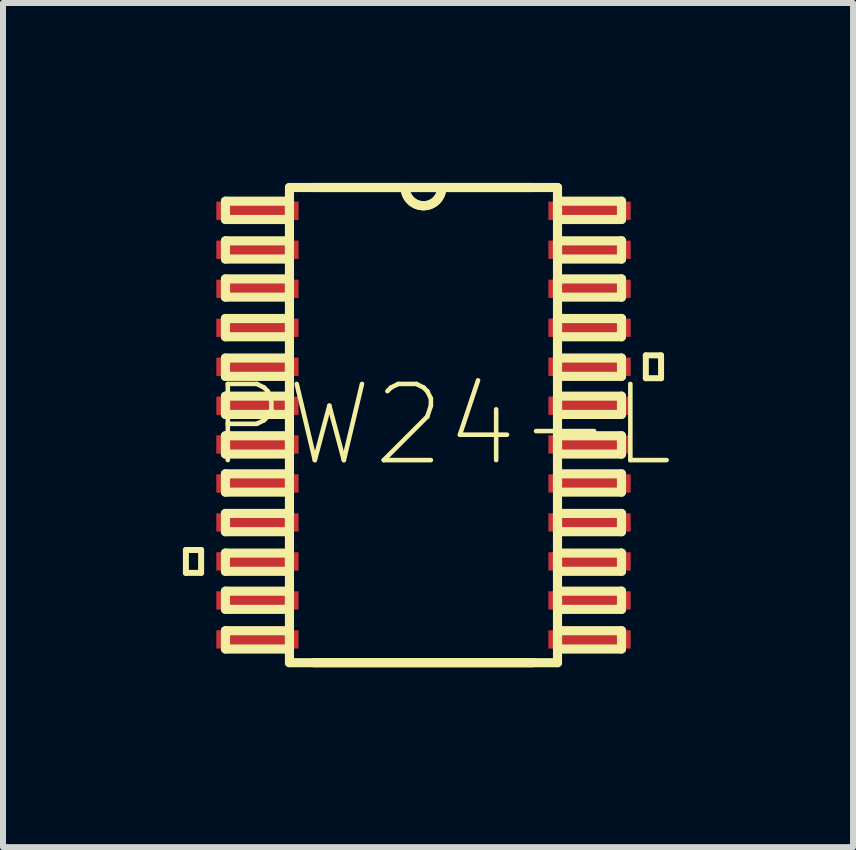
<source format=kicad_pcb>
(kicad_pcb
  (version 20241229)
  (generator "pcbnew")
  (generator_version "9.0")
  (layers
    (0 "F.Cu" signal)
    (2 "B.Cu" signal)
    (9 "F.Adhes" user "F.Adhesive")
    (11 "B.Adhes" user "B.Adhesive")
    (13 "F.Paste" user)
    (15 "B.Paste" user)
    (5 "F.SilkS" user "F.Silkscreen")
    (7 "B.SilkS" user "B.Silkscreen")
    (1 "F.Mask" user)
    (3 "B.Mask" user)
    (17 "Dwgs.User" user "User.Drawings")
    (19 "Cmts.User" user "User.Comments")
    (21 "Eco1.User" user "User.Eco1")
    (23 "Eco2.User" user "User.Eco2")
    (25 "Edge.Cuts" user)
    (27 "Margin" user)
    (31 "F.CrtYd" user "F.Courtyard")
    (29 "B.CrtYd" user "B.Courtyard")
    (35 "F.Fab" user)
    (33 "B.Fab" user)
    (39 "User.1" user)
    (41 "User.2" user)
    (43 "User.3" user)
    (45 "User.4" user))
  (footprint "PW24-L"
    (layer "F.Cu")
    (at 4.012 4.039)
    (property "Reference" "PW24-L" (at 0.305 0 0) (layer "F.SilkS") (effects (font (size 1.27 1.27) (thickness 0.076))))
    (attr smd)
    (fp_line (start -3.962 2.083) (end -3.962 2.464) (stroke (width 0.1) (type solid)) (layer "F.SilkS"))
    (fp_line (start -3.962 2.464) (end -3.708 2.464) (stroke (width 0.1) (type solid)) (layer "F.SilkS"))
    (fp_line (start -3.708 2.083) (end -3.962 2.083) (stroke (width 0.1) (type solid)) (layer "F.SilkS"))
    (fp_line (start -3.708 2.464) (end -3.708 2.083) (stroke (width 0.1) (type solid)) (layer "F.SilkS"))
    (fp_line (start -3.302 -3.734) (end -3.302 -3.429) (stroke (width 0.152) (type solid)) (layer "F.SilkS"))
    (fp_line (start -3.302 -3.429) (end -2.235 -3.429) (stroke (width 0.152) (type solid)) (layer "F.SilkS"))
    (fp_line (start -3.302 -3.073) (end -3.302 -2.769) (stroke (width 0.152) (type solid)) (layer "F.SilkS"))
    (fp_line (start -3.302 -2.769) (end -2.235 -2.769) (stroke (width 0.152) (type solid)) (layer "F.SilkS"))
    (fp_line (start -3.302 -2.438) (end -3.302 -2.134) (stroke (width 0.152) (type solid)) (layer "F.SilkS"))
    (fp_line (start -3.302 -2.134) (end -2.235 -2.134) (stroke (width 0.152) (type solid)) (layer "F.SilkS"))
    (fp_line (start -3.302 -1.778) (end -3.302 -1.473) (stroke (width 0.152) (type solid)) (layer "F.SilkS"))
    (fp_line (start -3.302 -1.473) (end -2.235 -1.473) (stroke (width 0.152) (type solid)) (layer "F.SilkS"))
    (fp_line (start -3.302 -1.118) (end -3.302 -0.813) (stroke (width 0.152) (type solid)) (layer "F.SilkS"))
    (fp_line (start -3.302 -0.813) (end -2.235 -0.813) (stroke (width 0.152) (type solid)) (layer "F.SilkS"))
    (fp_line (start -3.302 -0.483) (end -3.302 -0.178) (stroke (width 0.152) (type solid)) (layer "F.SilkS"))
    (fp_line (start -3.302 -0.178) (end -2.235 -0.178) (stroke (width 0.152) (type solid)) (layer "F.SilkS"))
    (fp_line (start -3.302 0.178) (end -3.302 0.483) (stroke (width 0.152) (type solid)) (layer "F.SilkS"))
    (fp_line (start -3.302 0.483) (end -2.235 0.483) (stroke (width 0.152) (type solid)) (layer "F.SilkS"))
    (fp_line (start -3.302 0.813) (end -3.302 1.118) (stroke (width 0.152) (type solid)) (layer "F.SilkS"))
    (fp_line (start -3.302 1.118) (end -2.235 1.118) (stroke (width 0.152) (type solid)) (layer "F.SilkS"))
    (fp_line (start -3.302 1.473) (end -3.302 1.778) (stroke (width 0.152) (type solid)) (layer "F.SilkS"))
    (fp_line (start -3.302 1.778) (end -2.235 1.778) (stroke (width 0.152) (type solid)) (layer "F.SilkS"))
    (fp_line (start -3.302 2.134) (end -3.302 2.438) (stroke (width 0.152) (type solid)) (layer "F.SilkS"))
    (fp_line (start -3.302 2.438) (end -2.235 2.438) (stroke (width 0.152) (type solid)) (layer "F.SilkS"))
    (fp_line (start -3.302 2.769) (end -3.302 3.073) (stroke (width 0.152) (type solid)) (layer "F.SilkS"))
    (fp_line (start -3.302 3.073) (end -2.235 3.073) (stroke (width 0.152) (type solid)) (layer "F.SilkS"))
    (fp_line (start -3.302 3.429) (end -3.302 3.734) (stroke (width 0.152) (type solid)) (layer "F.SilkS"))
    (fp_line (start -3.302 3.734) (end -2.235 3.734) (stroke (width 0.152) (type solid)) (layer "F.SilkS"))
    (fp_line (start -2.235 -3.962) (end -2.235 3.962) (stroke (width 0.152) (type solid)) (layer "F.SilkS"))
    (fp_line (start -2.235 -3.734) (end -3.302 -3.734) (stroke (width 0.152) (type solid)) (layer "F.SilkS"))
    (fp_line (start -2.235 -3.429) (end -2.235 -3.734) (stroke (width 0.152) (type solid)) (layer "F.SilkS"))
    (fp_line (start -2.235 -3.073) (end -3.302 -3.073) (stroke (width 0.152) (type solid)) (layer "F.SilkS"))
    (fp_line (start -2.235 -2.769) (end -2.235 -3.073) (stroke (width 0.152) (type solid)) (layer "F.SilkS"))
    (fp_line (start -2.235 -2.438) (end -3.302 -2.438) (stroke (width 0.152) (type solid)) (layer "F.SilkS"))
    (fp_line (start -2.235 -2.134) (end -2.235 -2.438) (stroke (width 0.152) (type solid)) (layer "F.SilkS"))
    (fp_line (start -2.235 -1.778) (end -3.302 -1.778) (stroke (width 0.152) (type solid)) (layer "F.SilkS"))
    (fp_line (start -2.235 -1.473) (end -2.235 -1.778) (stroke (width 0.152) (type solid)) (layer "F.SilkS"))
    (fp_line (start -2.235 -1.118) (end -3.302 -1.118) (stroke (width 0.152) (type solid)) (layer "F.SilkS"))
    (fp_line (start -2.235 -0.813) (end -2.235 -1.118) (stroke (width 0.152) (type solid)) (layer "F.SilkS"))
    (fp_line (start -2.235 -0.483) (end -3.302 -0.483) (stroke (width 0.152) (type solid)) (layer "F.SilkS"))
    (fp_line (start -2.235 -0.178) (end -2.235 -0.483) (stroke (width 0.152) (type solid)) (layer "F.SilkS"))
    (fp_line (start -2.235 0.178) (end -3.302 0.178) (stroke (width 0.152) (type solid)) (layer "F.SilkS"))
    (fp_line (start -2.235 0.483) (end -2.235 0.178) (stroke (width 0.152) (type solid)) (layer "F.SilkS"))
    (fp_line (start -2.235 0.813) (end -3.302 0.813) (stroke (width 0.152) (type solid)) (layer "F.SilkS"))
    (fp_line (start -2.235 1.118) (end -2.235 0.813) (stroke (width 0.152) (type solid)) (layer "F.SilkS"))
    (fp_line (start -2.235 1.473) (end -3.302 1.473) (stroke (width 0.152) (type solid)) (layer "F.SilkS"))
    (fp_line (start -2.235 1.778) (end -2.235 1.473) (stroke (width 0.152) (type solid)) (layer "F.SilkS"))
    (fp_line (start -2.235 2.134) (end -3.302 2.134) (stroke (width 0.152) (type solid)) (layer "F.SilkS"))
    (fp_line (start -2.235 2.438) (end -2.235 2.134) (stroke (width 0.152) (type solid)) (layer "F.SilkS"))
    (fp_line (start -2.235 2.769) (end -3.302 2.769) (stroke (width 0.152) (type solid)) (layer "F.SilkS"))
    (fp_line (start -2.235 3.073) (end -2.235 2.769) (stroke (width 0.152) (type solid)) (layer "F.SilkS"))
    (fp_line (start -2.235 3.429) (end -3.302 3.429) (stroke (width 0.152) (type solid)) (layer "F.SilkS"))
    (fp_line (start -2.235 3.734) (end -2.235 3.429) (stroke (width 0.152) (type solid)) (layer "F.SilkS"))
    (fp_line (start -2.235 3.962) (end 2.235 3.962) (stroke (width 0.152) (type solid)) (layer "F.SilkS"))
    (fp_line (start -1.829 3.962) (end 1.829 3.962) (stroke (width 0.152) (type solid)) (layer "F.SilkS"))
    (fp_line (start -0.305 -3.962) (end -2.235 -3.962) (stroke (width 0.152) (type solid)) (layer "F.SilkS"))
    (fp_line (start -0.305 -3.962) (end -1.829 -3.962) (stroke (width 0.152) (type solid)) (layer "F.SilkS"))
    (fp_line (start 0.305 -3.962) (end -0.305 -3.962) (stroke (width 0.152) (type solid)) (layer "F.SilkS"))
    (fp_line (start 0.305 -3.962) (end -0.305 -3.962) (stroke (width 0.152) (type solid)) (layer "F.SilkS"))
    (fp_line (start 1.829 -3.962) (end 0.305 -3.962) (stroke (width 0.152) (type solid)) (layer "F.SilkS"))
    (fp_line (start 2.235 -3.962) (end 0.305 -3.962) (stroke (width 0.152) (type solid)) (layer "F.SilkS"))
    (fp_line (start 2.235 -3.734) (end 2.235 -3.429) (stroke (width 0.152) (type solid)) (layer "F.SilkS"))
    (fp_line (start 2.235 -3.429) (end 3.302 -3.429) (stroke (width 0.152) (type solid)) (layer "F.SilkS"))
    (fp_line (start 2.235 -3.073) (end 2.235 -2.769) (stroke (width 0.152) (type solid)) (layer "F.SilkS"))
    (fp_line (start 2.235 -2.769) (end 3.302 -2.769) (stroke (width 0.152) (type solid)) (layer "F.SilkS"))
    (fp_line (start 2.235 -2.438) (end 2.235 -2.134) (stroke (width 0.152) (type solid)) (layer "F.SilkS"))
    (fp_line (start 2.235 -2.134) (end 3.302 -2.134) (stroke (width 0.152) (type solid)) (layer "F.SilkS"))
    (fp_line (start 2.235 -1.778) (end 2.235 -1.473) (stroke (width 0.152) (type solid)) (layer "F.SilkS"))
    (fp_line (start 2.235 -1.473) (end 3.302 -1.473) (stroke (width 0.152) (type solid)) (layer "F.SilkS"))
    (fp_line (start 2.235 -1.118) (end 2.235 -0.813) (stroke (width 0.152) (type solid)) (layer "F.SilkS"))
    (fp_line (start 2.235 -0.813) (end 3.302 -0.813) (stroke (width 0.152) (type solid)) (layer "F.SilkS"))
    (fp_line (start 2.235 -0.483) (end 2.235 -0.178) (stroke (width 0.152) (type solid)) (layer "F.SilkS"))
    (fp_line (start 2.235 -0.178) (end 3.302 -0.178) (stroke (width 0.152) (type solid)) (layer "F.SilkS"))
    (fp_line (start 2.235 0.178) (end 2.235 0.483) (stroke (width 0.152) (type solid)) (layer "F.SilkS"))
    (fp_line (start 2.235 0.483) (end 3.302 0.483) (stroke (width 0.152) (type solid)) (layer "F.SilkS"))
    (fp_line (start 2.235 0.813) (end 2.235 1.118) (stroke (width 0.152) (type solid)) (layer "F.SilkS"))
    (fp_line (start 2.235 1.118) (end 3.302 1.118) (stroke (width 0.152) (type solid)) (layer "F.SilkS"))
    (fp_line (start 2.235 1.473) (end 2.235 1.778) (stroke (width 0.152) (type solid)) (layer "F.SilkS"))
    (fp_line (start 2.235 1.778) (end 3.302 1.778) (stroke (width 0.152) (type solid)) (layer "F.SilkS"))
    (fp_line (start 2.235 2.134) (end 2.235 2.438) (stroke (width 0.152) (type solid)) (layer "F.SilkS"))
    (fp_line (start 2.235 2.438) (end 3.302 2.438) (stroke (width 0.152) (type solid)) (layer "F.SilkS"))
    (fp_line (start 2.235 2.769) (end 2.235 3.073) (stroke (width 0.152) (type solid)) (layer "F.SilkS"))
    (fp_line (start 2.235 3.073) (end 3.302 3.073) (stroke (width 0.152) (type solid)) (layer "F.SilkS"))
    (fp_line (start 2.235 3.429) (end 2.235 3.734) (stroke (width 0.152) (type solid)) (layer "F.SilkS"))
    (fp_line (start 2.235 3.734) (end 3.302 3.734) (stroke (width 0.152) (type solid)) (layer "F.SilkS"))
    (fp_line (start 2.235 3.962) (end 2.235 -3.962) (stroke (width 0.152) (type solid)) (layer "F.SilkS"))
    (fp_line (start 3.302 -3.734) (end 2.235 -3.734) (stroke (width 0.152) (type solid)) (layer "F.SilkS"))
    (fp_line (start 3.302 -3.429) (end 3.302 -3.734) (stroke (width 0.152) (type solid)) (layer "F.SilkS"))
    (fp_line (start 3.302 -3.073) (end 2.235 -3.073) (stroke (width 0.152) (type solid)) (layer "F.SilkS"))
    (fp_line (start 3.302 -2.769) (end 3.302 -3.073) (stroke (width 0.152) (type solid)) (layer "F.SilkS"))
    (fp_line (start 3.302 -2.438) (end 2.235 -2.438) (stroke (width 0.152) (type solid)) (layer "F.SilkS"))
    (fp_line (start 3.302 -2.134) (end 3.302 -2.438) (stroke (width 0.152) (type solid)) (layer "F.SilkS"))
    (fp_line (start 3.302 -1.778) (end 2.235 -1.778) (stroke (width 0.152) (type solid)) (layer "F.SilkS"))
    (fp_line (start 3.302 -1.473) (end 3.302 -1.778) (stroke (width 0.152) (type solid)) (layer "F.SilkS"))
    (fp_line (start 3.302 -1.118) (end 2.235 -1.118) (stroke (width 0.152) (type solid)) (layer "F.SilkS"))
    (fp_line (start 3.302 -0.813) (end 3.302 -1.118) (stroke (width 0.152) (type solid)) (layer "F.SilkS"))
    (fp_line (start 3.302 -0.483) (end 2.235 -0.483) (stroke (width 0.152) (type solid)) (layer "F.SilkS"))
    (fp_line (start 3.302 -0.178) (end 3.302 -0.483) (stroke (width 0.152) (type solid)) (layer "F.SilkS"))
    (fp_line (start 3.302 0.178) (end 2.235 0.178) (stroke (width 0.152) (type solid)) (layer "F.SilkS"))
    (fp_line (start 3.302 0.483) (end 3.302 0.178) (stroke (width 0.152) (type solid)) (layer "F.SilkS"))
    (fp_line (start 3.302 0.813) (end 2.235 0.813) (stroke (width 0.152) (type solid)) (layer "F.SilkS"))
    (fp_line (start 3.302 1.118) (end 3.302 0.813) (stroke (width 0.152) (type solid)) (layer "F.SilkS"))
    (fp_line (start 3.302 1.473) (end 2.235 1.473) (stroke (width 0.152) (type solid)) (layer "F.SilkS"))
    (fp_line (start 3.302 1.778) (end 3.302 1.473) (stroke (width 0.152) (type solid)) (layer "F.SilkS"))
    (fp_line (start 3.302 2.134) (end 2.235 2.134) (stroke (width 0.152) (type solid)) (layer "F.SilkS"))
    (fp_line (start 3.302 2.438) (end 3.302 2.134) (stroke (width 0.152) (type solid)) (layer "F.SilkS"))
    (fp_line (start 3.302 2.769) (end 2.235 2.769) (stroke (width 0.152) (type solid)) (layer "F.SilkS"))
    (fp_line (start 3.302 3.073) (end 3.302 2.769) (stroke (width 0.152) (type solid)) (layer "F.SilkS"))
    (fp_line (start 3.302 3.429) (end 2.235 3.429) (stroke (width 0.152) (type solid)) (layer "F.SilkS"))
    (fp_line (start 3.302 3.734) (end 3.302 3.429) (stroke (width 0.152) (type solid)) (layer "F.SilkS"))
    (fp_line (start 3.708 -1.163) (end 3.962 -1.163) (stroke (width 0.1) (type solid)) (layer "F.SilkS"))
    (fp_line (start 3.708 -0.782) (end 3.708 -1.163) (stroke (width 0.1) (type solid)) (layer "F.SilkS"))
    (fp_line (start 3.962 -1.163) (end 3.962 -0.782) (stroke (width 0.1) (type solid)) (layer "F.SilkS"))
    (fp_line (start 3.962 -0.782) (end 3.708 -0.782) (stroke (width 0.1) (type solid)) (layer "F.SilkS"))
    (fp_arc (start 0.3048 -3.9624) (mid 0 -3.6576) (end -0.3048 -3.9624) (stroke (width 0.1524) (type solid)) (layer "F.SilkS"))
    (fp_arc (start 0.3048 -3.9624) (mid 0 -3.6576) (end -0.3048 -3.9624) (stroke (width 0.1524) (type solid)) (layer "F.SilkS"))
    (pad "1" smd rect (at -2.769 -3.574) (size 1.372 0.305) (layers "F.Cu" "F.Mask" "F.Paste"))
    (pad "2" smd rect (at -2.769 -2.924) (size 1.372 0.305) (layers "F.Cu" "F.Mask" "F.Paste"))
    (pad "3" smd rect (at -2.769 -2.273) (size 1.372 0.305) (layers "F.Cu" "F.Mask" "F.Paste"))
    (pad "4" smd rect (at -2.769 -1.623) (size 1.372 0.305) (layers "F.Cu" "F.Mask" "F.Paste"))
    (pad "5" smd rect (at -2.769 -0.973) (size 1.372 0.305) (layers "F.Cu" "F.Mask" "F.Paste"))
    (pad "6" smd rect (at -2.769 -0.323) (size 1.372 0.305) (layers "F.Cu" "F.Mask" "F.Paste"))
    (pad "7" smd rect (at -2.769 0.323) (size 1.372 0.305) (layers "F.Cu" "F.Mask" "F.Paste"))
    (pad "8" smd rect (at -2.769 0.973) (size 1.372 0.305) (layers "F.Cu" "F.Mask" "F.Paste"))
    (pad "9" smd rect (at -2.769 1.623) (size 1.372 0.305) (layers "F.Cu" "F.Mask" "F.Paste"))
    (pad "10" smd rect (at -2.769 2.273) (size 1.372 0.305) (layers "F.Cu" "F.Mask" "F.Paste"))
    (pad "11" smd rect (at -2.769 2.924) (size 1.372 0.305) (layers "F.Cu" "F.Mask" "F.Paste"))
    (pad "12" smd rect (at -2.769 3.574) (size 1.372 0.305) (layers "F.Cu" "F.Mask" "F.Paste"))
    (pad "13" smd rect (at 2.769 3.574) (size 1.372 0.305) (layers "F.Cu" "F.Mask" "F.Paste"))
    (pad "14" smd rect (at 2.769 2.924) (size 1.372 0.305) (layers "F.Cu" "F.Mask" "F.Paste"))
    (pad "15" smd rect (at 2.769 2.273) (size 1.372 0.305) (layers "F.Cu" "F.Mask" "F.Paste"))
    (pad "16" smd rect (at 2.769 1.623) (size 1.372 0.305) (layers "F.Cu" "F.Mask" "F.Paste"))
    (pad "17" smd rect (at 2.769 0.973) (size 1.372 0.305) (layers "F.Cu" "F.Mask" "F.Paste"))
    (pad "18" smd rect (at 2.769 0.323) (size 1.372 0.305) (layers "F.Cu" "F.Mask" "F.Paste"))
    (pad "19" smd rect (at 2.769 -0.323) (size 1.372 0.305) (layers "F.Cu" "F.Mask" "F.Paste"))
    (pad "20" smd rect (at 2.769 -0.973) (size 1.372 0.305) (layers "F.Cu" "F.Mask" "F.Paste"))
    (pad "21" smd rect (at 2.769 -1.623) (size 1.372 0.305) (layers "F.Cu" "F.Mask" "F.Paste"))
    (pad "22" smd rect (at 2.769 -2.273) (size 1.372 0.305) (layers "F.Cu" "F.Mask" "F.Paste"))
    (pad "23" smd rect (at 2.769 -2.924) (size 1.372 0.305) (layers "F.Cu" "F.Mask" "F.Paste"))
    (pad "24" smd rect (at 2.769 -3.574) (size 1.372 0.305) (layers "F.Cu" "F.Mask" "F.Paste")))
  (gr_rect
    (start -3 -3)
    (end 11.175 11.077)
    (stroke (width 0.1) (type default))
    (fill no)
    (layer "Edge.Cuts")))
</source>
